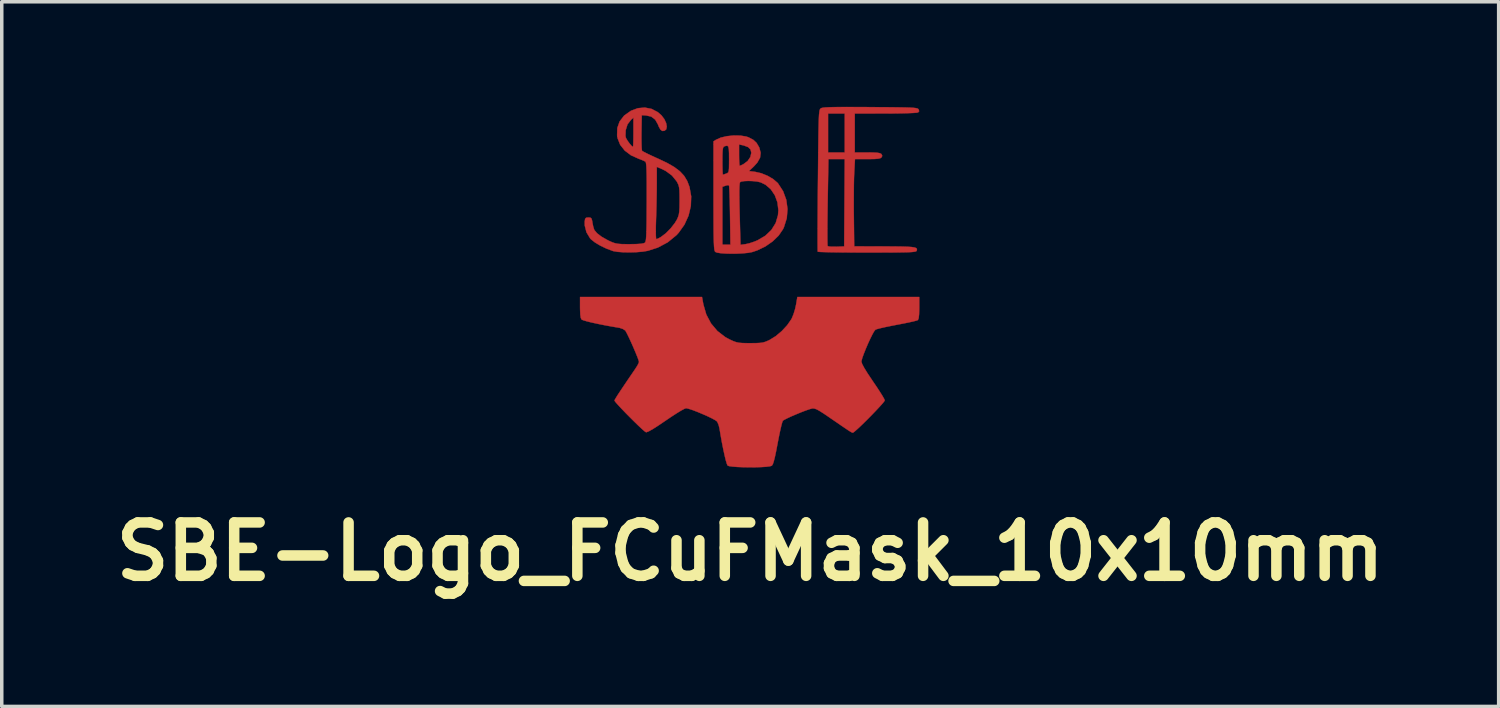
<source format=kicad_pcb>
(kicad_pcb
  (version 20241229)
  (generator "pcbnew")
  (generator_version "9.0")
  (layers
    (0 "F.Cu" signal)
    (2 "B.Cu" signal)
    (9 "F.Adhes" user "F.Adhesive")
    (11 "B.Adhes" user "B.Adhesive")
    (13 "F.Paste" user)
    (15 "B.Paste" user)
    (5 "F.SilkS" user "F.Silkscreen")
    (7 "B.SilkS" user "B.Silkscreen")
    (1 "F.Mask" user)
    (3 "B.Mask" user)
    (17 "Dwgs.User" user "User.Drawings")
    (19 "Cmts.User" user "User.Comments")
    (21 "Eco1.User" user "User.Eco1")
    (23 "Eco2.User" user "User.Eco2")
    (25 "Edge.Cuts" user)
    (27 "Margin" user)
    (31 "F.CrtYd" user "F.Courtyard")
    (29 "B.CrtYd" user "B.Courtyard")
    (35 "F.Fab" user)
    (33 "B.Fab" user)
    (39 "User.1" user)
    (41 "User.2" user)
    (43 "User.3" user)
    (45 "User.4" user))
  (footprint "SBE-Logo_FCuFMask_10x10mm"
    (layer "F.Cu")
    (at 18.368 5.08)
    (property "Reference" "SBE-Logo_FCuFMask_10x10mm" (at 0 7.62 0) (layer "F.SilkS") (effects (font (size 1.524 1.524) (thickness 0.3))))
    (attr smd)
    (fp_poly (pts (xy 3.025 -5.074) (xy 3.349 -5.073) (xy 3.424 -5.072) (xy 3.753 -5.07) (xy 4.024 -5.068) (xy 4.243 -5.065) (xy 4.416 -5.062) (xy 4.548 -5.058) (xy 4.646 -5.053) (xy 4.714 -5.046) (xy 4.759 -5.037) (xy 4.787 -5.027) (xy 4.802 -5.014) (xy 4.807 -5.008) (xy 4.824 -4.955) (xy 4.794 -4.921) (xy 4.75 -4.912) (xy 4.65 -4.905) (xy 4.501 -4.899) (xy 4.312 -4.894) (xy 4.089 -4.891) (xy 3.866 -4.89) (xy 2.985 -4.889) (xy 2.985 -3.778) (xy 3.346 -3.778) (xy 3.513 -3.776) (xy 3.627 -3.77) (xy 3.699 -3.757) (xy 3.739 -3.738) (xy 3.747 -3.731) (xy 3.77 -3.68) (xy 3.747 -3.635) (xy 3.714 -3.613) (xy 3.652 -3.599) (xy 3.551 -3.591) (xy 3.399 -3.588) (xy 3.349 -3.588) (xy 2.991 -3.588) (xy 2.97 -3.199) (xy 2.964 -3.057) (xy 2.96 -2.866) (xy 2.958 -2.639) (xy 2.957 -2.391) (xy 2.957 -2.135) (xy 2.959 -1.953) (xy 2.969 -1.097) (xy 3.833 -1.095) (xy 4.106 -1.094) (xy 4.322 -1.091) (xy 4.487 -1.086) (xy 4.607 -1.078) (xy 4.687 -1.066) (xy 4.736 -1.049) (xy 4.758 -1.026) (xy 4.76 -0.997) (xy 4.752 -0.971) (xy 4.742 -0.958) (xy 4.718 -0.949) (xy 4.674 -0.941) (xy 4.606 -0.934) (xy 4.508 -0.929) (xy 4.374 -0.926) (xy 4.198 -0.923) (xy 3.976 -0.922) (xy 3.703 -0.921) (xy 3.371 -0.921) (xy 3.337 -0.921) (xy 3.045 -0.921) (xy 2.774 -0.923) (xy 2.529 -0.925) (xy 2.317 -0.928) (xy 2.145 -0.932) (xy 2.019 -0.936) (xy 1.945 -0.941) (xy 1.928 -0.945) (xy 1.926 -0.98) (xy 1.925 -1.073) (xy 1.924 -1.219) (xy 1.924 -1.412) (xy 1.924 -1.415) (xy 2.203 -1.415) (xy 2.204 -1.263) (xy 2.206 -1.158) (xy 2.209 -1.109) (xy 2.21 -1.106) (xy 2.248 -1.093) (xy 2.332 -1.086) (xy 2.445 -1.086) (xy 2.455 -1.086) (xy 2.683 -1.095) (xy 2.699 -3.588) (xy 2.466 -3.588) (xy 2.233 -3.588) (xy 2.212 -2.362) (xy 2.208 -2.088) (xy 2.205 -1.835) (xy 2.203 -1.608) (xy 2.203 -1.415) (xy 1.924 -1.415) (xy 1.925 -1.647) (xy 1.926 -1.918) (xy 1.928 -2.22) (xy 1.93 -2.548) (xy 1.933 -2.895) (xy 1.934 -2.979) (xy 1.938 -3.386) (xy 1.941 -3.734) (xy 1.945 -4.029) (xy 1.948 -4.273) (xy 1.952 -4.474) (xy 1.956 -4.634) (xy 1.96 -4.759) (xy 1.965 -4.853) (xy 1.969 -4.889) (xy 2.223 -4.889) (xy 2.223 -3.778) (xy 2.699 -3.778) (xy 2.699 -4.889) (xy 2.223 -4.889) (xy 1.969 -4.889) (xy 1.972 -4.922) (xy 1.979 -4.969) (xy 1.988 -5) (xy 1.998 -5.02) (xy 2.01 -5.032) (xy 2.015 -5.035) (xy 2.039 -5.047) (xy 2.081 -5.056) (xy 2.147 -5.063) (xy 2.242 -5.068) (xy 2.372 -5.072) (xy 2.542 -5.074) (xy 2.758 -5.075) (xy 3.025 -5.074)) (stroke (width 0.01) (type solid)) (fill yes) (layer "F.Cu"))
    (fp_poly (pts (xy -0.281 -4.259) (xy -0.114 -4.232) (xy -0.049 -4.21) (xy 0.087 -4.139) (xy 0.18 -4.053) (xy 0.253 -3.929) (xy 0.26 -3.914) (xy 0.299 -3.767) (xy 0.281 -3.627) (xy 0.202 -3.487) (xy 0.108 -3.383) (xy -0.035 -3.246) (xy 0.141 -3.224) (xy 0.315 -3.184) (xy 0.495 -3.111) (xy 0.657 -3.016) (xy 0.781 -2.91) (xy 0.794 -2.895) (xy 0.939 -2.672) (xy 1.03 -2.424) (xy 1.065 -2.164) (xy 1.044 -1.901) (xy 0.964 -1.646) (xy 0.937 -1.588) (xy 0.814 -1.407) (xy 0.642 -1.24) (xy 0.433 -1.094) (xy 0.201 -0.982) (xy 0.053 -0.933) (xy -0.059 -0.912) (xy -0.204 -0.898) (xy -0.368 -0.889) (xy -0.538 -0.887) (xy -0.699 -0.891) (xy -0.839 -0.901) (xy -0.943 -0.917) (xy -0.998 -0.939) (xy -0.998 -0.939) (xy -1.009 -0.956) (xy -1.019 -0.987) (xy -1.027 -1.035) (xy -1.033 -1.108) (xy -1.038 -1.209) (xy -1.042 -1.345) (xy -1.045 -1.52) (xy -1.046 -1.739) (xy -1.047 -2.009) (xy -1.048 -2.334) (xy -1.048 -2.542) (xy -1.048 -2.796) (xy -0.794 -2.796) (xy -0.794 -1.143) (xy -0.565 -1.143) (xy -0.576 -1.982) (xy -0.58 -2.206) (xy -0.584 -2.41) (xy -0.59 -2.583) (xy -0.594 -2.687) (xy -0.311 -2.687) (xy -0.311 -2.506) (xy -0.307 -2.268) (xy -0.301 -2.018) (xy -0.277 -1.14) (xy -0.131 -1.16) (xy -0.021 -1.185) (xy 0.111 -1.229) (xy 0.211 -1.27) (xy 0.433 -1.401) (xy 0.606 -1.567) (xy 0.728 -1.763) (xy 0.793 -1.984) (xy 0.805 -2.127) (xy 0.778 -2.351) (xy 0.704 -2.554) (xy 0.588 -2.726) (xy 0.436 -2.857) (xy 0.298 -2.924) (xy 0.201 -2.947) (xy 0.078 -2.96) (xy -0.051 -2.965) (xy -0.169 -2.96) (xy -0.256 -2.946) (xy -0.289 -2.93) (xy -0.3 -2.896) (xy -0.307 -2.816) (xy -0.311 -2.687) (xy -0.594 -2.687) (xy -0.596 -2.718) (xy -0.601 -2.807) (xy -0.607 -2.84) (xy -0.647 -2.844) (xy -0.71 -2.827) (xy -0.794 -2.796) (xy -1.048 -2.796) (xy -1.048 -3.537) (xy -0.794 -3.537) (xy -0.793 -3.387) (xy -0.79 -3.264) (xy -0.786 -3.178) (xy -0.78 -3.144) (xy -0.78 -3.143) (xy -0.743 -3.153) (xy -0.685 -3.174) (xy -0.65 -3.189) (xy -0.627 -3.21) (xy -0.613 -3.25) (xy -0.606 -3.318) (xy -0.604 -3.428) (xy -0.603 -3.587) (xy -0.604 -3.701) (xy -0.318 -3.701) (xy -0.316 -3.571) (xy -0.311 -3.469) (xy -0.305 -3.408) (xy -0.3 -3.397) (xy -0.262 -3.41) (xy -0.195 -3.442) (xy -0.192 -3.444) (xy -0.073 -3.533) (xy 0.005 -3.648) (xy 0.032 -3.766) (xy 0.01 -3.862) (xy -0.061 -3.931) (xy -0.186 -3.978) (xy -0.214 -3.984) (xy -0.318 -4.006) (xy -0.318 -3.701) (xy -0.604 -3.701) (xy -0.604 -3.755) (xy -0.61 -3.869) (xy -0.623 -3.937) (xy -0.647 -3.967) (xy -0.686 -3.968) (xy -0.743 -3.95) (xy -0.744 -3.949) (xy -0.765 -3.932) (xy -0.779 -3.892) (xy -0.788 -3.819) (xy -0.793 -3.702) (xy -0.794 -3.537) (xy -1.048 -3.537) (xy -1.048 -4.094) (xy -0.976 -4.14) (xy -0.841 -4.201) (xy -0.665 -4.242) (xy -0.471 -4.262) (xy -0.281 -4.259)) (stroke (width 0.01) (type solid)) (fill yes) (layer "F.Cu"))
    (fp_poly (pts (xy -2.816 -5.021) (xy -2.638 -4.928) (xy -2.534 -4.837) (xy -2.452 -4.729) (xy -2.401 -4.618) (xy -2.382 -4.516) (xy -2.398 -4.437) (xy -2.448 -4.396) (xy -2.51 -4.391) (xy -2.561 -4.428) (xy -2.609 -4.513) (xy -2.634 -4.577) (xy -2.712 -4.715) (xy -2.825 -4.801) (xy -2.969 -4.834) (xy -3.096 -4.842) (xy -3.104 -4.35) (xy -3.105 -4.178) (xy -3.103 -4.028) (xy -3.099 -3.912) (xy -3.092 -3.841) (xy -3.088 -3.825) (xy -3.051 -3.801) (xy -2.968 -3.758) (xy -2.848 -3.7) (xy -2.703 -3.633) (xy -2.637 -3.604) (xy -2.375 -3.48) (xy -2.168 -3.361) (xy -2.008 -3.24) (xy -1.887 -3.11) (xy -1.799 -2.965) (xy -1.735 -2.798) (xy -1.733 -2.792) (xy -1.685 -2.524) (xy -1.695 -2.248) (xy -1.76 -1.975) (xy -1.877 -1.717) (xy -2.043 -1.484) (xy -2.11 -1.412) (xy -2.354 -1.213) (xy -2.637 -1.062) (xy -2.923 -0.97) (xy -3.066 -0.946) (xy -3.243 -0.931) (xy -3.435 -0.925) (xy -3.622 -0.928) (xy -3.786 -0.94) (xy -3.909 -0.961) (xy -3.921 -0.965) (xy -4.104 -1.033) (xy -4.279 -1.117) (xy -4.431 -1.208) (xy -4.544 -1.297) (xy -4.571 -1.326) (xy -4.675 -1.499) (xy -4.724 -1.692) (xy -4.725 -1.804) (xy -4.713 -1.881) (xy -4.684 -1.914) (xy -4.621 -1.921) (xy -4.62 -1.921) (xy -4.561 -1.916) (xy -4.53 -1.889) (xy -4.512 -1.824) (xy -4.504 -1.774) (xy -4.484 -1.67) (xy -4.457 -1.582) (xy -4.448 -1.561) (xy -4.373 -1.471) (xy -4.245 -1.373) (xy -4.072 -1.275) (xy -4.015 -1.247) (xy -3.929 -1.209) (xy -3.852 -1.184) (xy -3.769 -1.169) (xy -3.663 -1.161) (xy -3.516 -1.159) (xy -3.442 -1.159) (xy -3.249 -1.162) (xy -3.115 -1.171) (xy -3.034 -1.187) (xy -3.008 -1.2) (xy -2.995 -1.218) (xy -2.984 -1.251) (xy -2.975 -1.305) (xy -2.969 -1.387) (xy -2.964 -1.503) (xy -2.964 -1.513) (xy -2.695 -1.513) (xy -2.693 -1.391) (xy -2.687 -1.319) (xy -2.68 -1.302) (xy -2.636 -1.317) (xy -2.564 -1.355) (xy -2.546 -1.366) (xy -2.409 -1.47) (xy -2.271 -1.61) (xy -2.152 -1.762) (xy -2.09 -1.865) (xy -2.059 -1.937) (xy -2.037 -2.007) (xy -2.025 -2.093) (xy -2.018 -2.208) (xy -2.016 -2.367) (xy -2.016 -2.413) (xy -2.017 -2.581) (xy -2.021 -2.7) (xy -2.031 -2.785) (xy -2.048 -2.85) (xy -2.076 -2.91) (xy -2.101 -2.955) (xy -2.233 -3.118) (xy -2.417 -3.253) (xy -2.548 -3.317) (xy -2.667 -3.366) (xy -2.667 -2.911) (xy -2.668 -2.716) (xy -2.672 -2.481) (xy -2.677 -2.231) (xy -2.684 -1.989) (xy -2.688 -1.878) (xy -2.694 -1.678) (xy -2.695 -1.513) (xy -2.964 -1.513) (xy -2.96 -1.659) (xy -2.957 -1.861) (xy -2.956 -2.116) (xy -2.954 -2.362) (xy -2.954 -2.672) (xy -2.954 -2.924) (xy -2.956 -3.123) (xy -2.96 -3.275) (xy -2.965 -3.385) (xy -2.973 -3.459) (xy -2.982 -3.5) (xy -2.991 -3.515) (xy -3.044 -3.543) (xy -3.133 -3.579) (xy -3.182 -3.597) (xy -3.405 -3.697) (xy -3.583 -3.832) (xy -3.712 -3.996) (xy -3.787 -4.185) (xy -3.795 -4.232) (xy -3.561 -4.232) (xy -3.541 -4.179) (xy -3.496 -4.104) (xy -3.439 -4.026) (xy -3.385 -3.964) (xy -3.348 -3.937) (xy -3.346 -3.937) (xy -3.342 -3.967) (xy -3.338 -4.048) (xy -3.335 -4.17) (xy -3.334 -4.32) (xy -3.334 -4.355) (xy -3.334 -4.772) (xy -3.401 -4.712) (xy -3.503 -4.58) (xy -3.555 -4.412) (xy -3.561 -4.232) (xy -3.795 -4.232) (xy -3.8 -4.267) (xy -3.794 -4.476) (xy -3.729 -4.661) (xy -3.606 -4.821) (xy -3.587 -4.839) (xy -3.404 -4.968) (xy -3.208 -5.041) (xy -3.009 -5.059) (xy -2.816 -5.021)) (stroke (width 0.01) (type solid)) (fill yes) (layer "F.Cu"))
    (fp_poly (pts (xy -1.337 0.562) (xy -1.254 0.849) (xy -1.119 1.104) (xy -0.936 1.321) (xy -0.71 1.495) (xy -0.582 1.564) (xy -0.483 1.609) (xy -0.402 1.638) (xy -0.32 1.656) (xy -0.218 1.664) (xy -0.08 1.667) (xy 0 1.667) (xy 0.162 1.666) (xy 0.279 1.66) (xy 0.366 1.648) (xy 0.442 1.625) (xy 0.525 1.589) (xy 0.556 1.574) (xy 0.729 1.467) (xy 0.902 1.321) (xy 1.056 1.155) (xy 1.172 0.988) (xy 1.187 0.96) (xy 1.237 0.839) (xy 1.282 0.691) (xy 1.308 0.573) (xy 1.346 0.349) (xy 4.826 0.349) (xy 4.826 0.663) (xy 4.822 0.837) (xy 4.81 0.95) (xy 4.789 1.005) (xy 4.786 1.008) (xy 4.743 1.024) (xy 4.649 1.048) (xy 4.513 1.078) (xy 4.348 1.111) (xy 4.191 1.141) (xy 4.007 1.177) (xy 3.842 1.211) (xy 3.707 1.242) (xy 3.614 1.267) (xy 3.576 1.282) (xy 3.54 1.326) (xy 3.489 1.416) (xy 3.428 1.539) (xy 3.362 1.681) (xy 3.299 1.829) (xy 3.243 1.97) (xy 3.2 2.089) (xy 3.178 2.174) (xy 3.175 2.195) (xy 3.195 2.26) (xy 3.254 2.372) (xy 3.352 2.531) (xy 3.488 2.734) (xy 3.508 2.764) (xy 3.614 2.92) (xy 3.706 3.062) (xy 3.779 3.178) (xy 3.826 3.261) (xy 3.842 3.3) (xy 3.82 3.337) (xy 3.761 3.408) (xy 3.672 3.506) (xy 3.563 3.622) (xy 3.442 3.747) (xy 3.317 3.873) (xy 3.196 3.992) (xy 3.088 4.094) (xy 3.002 4.171) (xy 2.946 4.216) (xy 2.931 4.223) (xy 2.917 4.221) (xy 2.896 4.213) (xy 2.862 4.194) (xy 2.809 4.161) (xy 2.73 4.108) (xy 2.619 4.033) (xy 2.468 3.929) (xy 2.272 3.795) (xy 2.261 3.787) (xy 2.104 3.68) (xy 1.989 3.607) (xy 1.905 3.56) (xy 1.844 3.537) (xy 1.794 3.53) (xy 1.768 3.532) (xy 1.697 3.551) (xy 1.587 3.589) (xy 1.453 3.64) (xy 1.31 3.699) (xy 1.171 3.758) (xy 1.052 3.814) (xy 0.967 3.858) (xy 0.932 3.881) (xy 0.915 3.924) (xy 0.889 4.019) (xy 0.857 4.155) (xy 0.822 4.323) (xy 0.785 4.512) (xy 0.783 4.523) (xy 0.74 4.75) (xy 0.704 4.92) (xy 0.673 5.041) (xy 0.647 5.119) (xy 0.622 5.16) (xy 0.616 5.166) (xy 0.561 5.183) (xy 0.457 5.196) (xy 0.316 5.205) (xy 0.15 5.21) (xy -0.027 5.211) (xy -0.203 5.208) (xy -0.365 5.202) (xy -0.502 5.191) (xy -0.599 5.178) (xy -0.645 5.161) (xy -0.666 5.114) (xy -0.696 5.015) (xy -0.73 4.874) (xy -0.768 4.7) (xy -0.807 4.505) (xy -0.844 4.297) (xy -0.877 4.102) (xy -0.902 4) (xy -0.939 3.917) (xy -0.949 3.901) (xy -0.999 3.865) (xy -1.094 3.813) (xy -1.22 3.752) (xy -1.364 3.689) (xy -1.51 3.628) (xy -1.646 3.576) (xy -1.756 3.54) (xy -1.827 3.524) (xy -1.832 3.524) (xy -1.88 3.542) (xy -1.972 3.591) (xy -2.097 3.667) (xy -2.247 3.764) (xy -2.412 3.876) (xy -2.622 4.018) (xy -2.783 4.121) (xy -2.896 4.184) (xy -2.963 4.21) (xy -2.976 4.209) (xy -3.016 4.182) (xy -3.089 4.118) (xy -3.188 4.026) (xy -3.303 3.914) (xy -3.426 3.792) (xy -3.55 3.667) (xy -3.664 3.548) (xy -3.761 3.444) (xy -3.833 3.364) (xy -3.87 3.315) (xy -3.874 3.306) (xy -3.866 3.284) (xy -3.841 3.24) (xy -3.797 3.168) (xy -3.729 3.064) (xy -3.636 2.924) (xy -3.513 2.742) (xy -3.358 2.515) (xy -3.281 2.401) (xy -3.223 2.311) (xy -3.185 2.236) (xy -3.175 2.203) (xy -3.188 2.152) (xy -3.222 2.058) (xy -3.273 1.933) (xy -3.333 1.792) (xy -3.397 1.647) (xy -3.46 1.511) (xy -3.514 1.4) (xy -3.555 1.325) (xy -3.57 1.304) (xy -3.634 1.262) (xy -3.729 1.23) (xy -3.756 1.225) (xy -3.957 1.191) (xy -4.159 1.154) (xy -4.351 1.115) (xy -4.523 1.078) (xy -4.664 1.043) (xy -4.764 1.014) (xy -4.813 0.993) (xy -4.814 0.992) (xy -4.837 0.944) (xy -4.851 0.85) (xy -4.857 0.703) (xy -4.858 0.649) (xy -4.858 0.349) (xy -1.376 0.349) (xy -1.337 0.562)) (stroke (width 0.01) (type solid)) (fill yes) (layer "F.Cu"))
    (fp_poly (pts (xy 3.025 -5.074) (xy 3.349 -5.073) (xy 3.424 -5.072) (xy 3.753 -5.07) (xy 4.024 -5.068) (xy 4.243 -5.065) (xy 4.416 -5.062) (xy 4.548 -5.058) (xy 4.646 -5.053) (xy 4.714 -5.046) (xy 4.759 -5.037) (xy 4.787 -5.027) (xy 4.802 -5.014) (xy 4.807 -5.008) (xy 4.824 -4.955) (xy 4.794 -4.921) (xy 4.75 -4.912) (xy 4.65 -4.905) (xy 4.501 -4.899) (xy 4.312 -4.894) (xy 4.089 -4.891) (xy 3.866 -4.89) (xy 2.985 -4.889) (xy 2.985 -3.778) (xy 3.346 -3.778) (xy 3.513 -3.776) (xy 3.627 -3.77) (xy 3.699 -3.757) (xy 3.739 -3.738) (xy 3.747 -3.731) (xy 3.77 -3.68) (xy 3.747 -3.635) (xy 3.714 -3.613) (xy 3.652 -3.599) (xy 3.551 -3.591) (xy 3.399 -3.588) (xy 3.349 -3.588) (xy 2.991 -3.588) (xy 2.97 -3.199) (xy 2.964 -3.057) (xy 2.96 -2.866) (xy 2.958 -2.639) (xy 2.957 -2.391) (xy 2.957 -2.135) (xy 2.959 -1.953) (xy 2.969 -1.097) (xy 3.833 -1.095) (xy 4.106 -1.094) (xy 4.322 -1.091) (xy 4.487 -1.086) (xy 4.607 -1.078) (xy 4.687 -1.066) (xy 4.736 -1.049) (xy 4.758 -1.026) (xy 4.76 -0.997) (xy 4.752 -0.971) (xy 4.742 -0.958) (xy 4.718 -0.949) (xy 4.674 -0.941) (xy 4.606 -0.934) (xy 4.508 -0.929) (xy 4.374 -0.926) (xy 4.198 -0.923) (xy 3.976 -0.922) (xy 3.703 -0.921) (xy 3.371 -0.921) (xy 3.337 -0.921) (xy 3.045 -0.921) (xy 2.774 -0.923) (xy 2.529 -0.925) (xy 2.317 -0.928) (xy 2.145 -0.932) (xy 2.019 -0.936) (xy 1.945 -0.941) (xy 1.928 -0.945) (xy 1.926 -0.98) (xy 1.925 -1.073) (xy 1.924 -1.219) (xy 1.924 -1.412) (xy 1.924 -1.415) (xy 2.203 -1.415) (xy 2.204 -1.263) (xy 2.206 -1.158) (xy 2.209 -1.109) (xy 2.21 -1.106) (xy 2.248 -1.093) (xy 2.332 -1.086) (xy 2.445 -1.086) (xy 2.455 -1.086) (xy 2.683 -1.095) (xy 2.699 -3.588) (xy 2.466 -3.588) (xy 2.233 -3.588) (xy 2.212 -2.362) (xy 2.208 -2.088) (xy 2.205 -1.835) (xy 2.203 -1.608) (xy 2.203 -1.415) (xy 1.924 -1.415) (xy 1.925 -1.647) (xy 1.926 -1.918) (xy 1.928 -2.22) (xy 1.93 -2.548) (xy 1.933 -2.895) (xy 1.934 -2.979) (xy 1.938 -3.386) (xy 1.941 -3.734) (xy 1.945 -4.029) (xy 1.948 -4.273) (xy 1.952 -4.474) (xy 1.956 -4.634) (xy 1.96 -4.759) (xy 1.965 -4.853) (xy 1.969 -4.889) (xy 2.223 -4.889) (xy 2.223 -3.778) (xy 2.699 -3.778) (xy 2.699 -4.889) (xy 2.223 -4.889) (xy 1.969 -4.889) (xy 1.972 -4.922) (xy 1.979 -4.969) (xy 1.988 -5) (xy 1.998 -5.02) (xy 2.01 -5.032) (xy 2.015 -5.035) (xy 2.039 -5.047) (xy 2.081 -5.056) (xy 2.147 -5.063) (xy 2.242 -5.068) (xy 2.372 -5.072) (xy 2.542 -5.074) (xy 2.758 -5.075) (xy 3.025 -5.074)) (stroke (width 0.01) (type solid)) (fill yes) (layer "F.Mask"))
    (fp_poly (pts (xy -0.281 -4.259) (xy -0.114 -4.232) (xy -0.049 -4.21) (xy 0.087 -4.139) (xy 0.18 -4.053) (xy 0.253 -3.929) (xy 0.26 -3.914) (xy 0.299 -3.767) (xy 0.281 -3.627) (xy 0.202 -3.487) (xy 0.108 -3.383) (xy -0.035 -3.246) (xy 0.141 -3.224) (xy 0.315 -3.184) (xy 0.495 -3.111) (xy 0.657 -3.016) (xy 0.781 -2.91) (xy 0.794 -2.895) (xy 0.939 -2.672) (xy 1.03 -2.424) (xy 1.065 -2.164) (xy 1.044 -1.901) (xy 0.964 -1.646) (xy 0.937 -1.588) (xy 0.814 -1.407) (xy 0.642 -1.24) (xy 0.433 -1.094) (xy 0.201 -0.982) (xy 0.053 -0.933) (xy -0.059 -0.912) (xy -0.204 -0.898) (xy -0.368 -0.889) (xy -0.538 -0.887) (xy -0.699 -0.891) (xy -0.839 -0.901) (xy -0.943 -0.917) (xy -0.998 -0.939) (xy -0.998 -0.939) (xy -1.009 -0.956) (xy -1.019 -0.987) (xy -1.027 -1.035) (xy -1.033 -1.108) (xy -1.038 -1.209) (xy -1.042 -1.345) (xy -1.045 -1.52) (xy -1.046 -1.739) (xy -1.047 -2.009) (xy -1.048 -2.334) (xy -1.048 -2.542) (xy -1.048 -2.796) (xy -0.794 -2.796) (xy -0.794 -1.143) (xy -0.565 -1.143) (xy -0.576 -1.982) (xy -0.58 -2.206) (xy -0.584 -2.41) (xy -0.59 -2.583) (xy -0.594 -2.687) (xy -0.311 -2.687) (xy -0.311 -2.506) (xy -0.307 -2.268) (xy -0.301 -2.018) (xy -0.277 -1.14) (xy -0.131 -1.16) (xy -0.021 -1.185) (xy 0.111 -1.229) (xy 0.211 -1.27) (xy 0.433 -1.401) (xy 0.606 -1.567) (xy 0.728 -1.763) (xy 0.793 -1.984) (xy 0.805 -2.127) (xy 0.778 -2.351) (xy 0.704 -2.554) (xy 0.588 -2.726) (xy 0.436 -2.857) (xy 0.298 -2.924) (xy 0.201 -2.947) (xy 0.078 -2.96) (xy -0.051 -2.965) (xy -0.169 -2.96) (xy -0.256 -2.946) (xy -0.289 -2.93) (xy -0.3 -2.896) (xy -0.307 -2.816) (xy -0.311 -2.687) (xy -0.594 -2.687) (xy -0.596 -2.718) (xy -0.601 -2.807) (xy -0.607 -2.84) (xy -0.647 -2.844) (xy -0.71 -2.827) (xy -0.794 -2.796) (xy -1.048 -2.796) (xy -1.048 -3.537) (xy -0.794 -3.537) (xy -0.793 -3.387) (xy -0.79 -3.264) (xy -0.786 -3.178) (xy -0.78 -3.144) (xy -0.78 -3.143) (xy -0.743 -3.153) (xy -0.685 -3.174) (xy -0.65 -3.189) (xy -0.627 -3.21) (xy -0.613 -3.25) (xy -0.606 -3.318) (xy -0.604 -3.428) (xy -0.603 -3.587) (xy -0.604 -3.701) (xy -0.318 -3.701) (xy -0.316 -3.571) (xy -0.311 -3.469) (xy -0.305 -3.408) (xy -0.3 -3.397) (xy -0.262 -3.41) (xy -0.195 -3.442) (xy -0.192 -3.444) (xy -0.073 -3.533) (xy 0.005 -3.648) (xy 0.032 -3.766) (xy 0.01 -3.862) (xy -0.061 -3.931) (xy -0.186 -3.978) (xy -0.214 -3.984) (xy -0.318 -4.006) (xy -0.318 -3.701) (xy -0.604 -3.701) (xy -0.604 -3.755) (xy -0.61 -3.869) (xy -0.623 -3.937) (xy -0.647 -3.967) (xy -0.686 -3.968) (xy -0.743 -3.95) (xy -0.744 -3.949) (xy -0.765 -3.932) (xy -0.779 -3.892) (xy -0.788 -3.819) (xy -0.793 -3.702) (xy -0.794 -3.537) (xy -1.048 -3.537) (xy -1.048 -4.094) (xy -0.976 -4.14) (xy -0.841 -4.201) (xy -0.665 -4.242) (xy -0.471 -4.262) (xy -0.281 -4.259)) (stroke (width 0.01) (type solid)) (fill yes) (layer "F.Mask"))
    (fp_poly (pts (xy -2.816 -5.021) (xy -2.638 -4.928) (xy -2.534 -4.837) (xy -2.452 -4.729) (xy -2.401 -4.618) (xy -2.382 -4.516) (xy -2.398 -4.437) (xy -2.448 -4.396) (xy -2.51 -4.391) (xy -2.561 -4.428) (xy -2.609 -4.513) (xy -2.634 -4.577) (xy -2.712 -4.715) (xy -2.825 -4.801) (xy -2.969 -4.834) (xy -3.096 -4.842) (xy -3.104 -4.35) (xy -3.105 -4.178) (xy -3.103 -4.028) (xy -3.099 -3.912) (xy -3.092 -3.841) (xy -3.088 -3.825) (xy -3.051 -3.801) (xy -2.968 -3.758) (xy -2.848 -3.7) (xy -2.703 -3.633) (xy -2.637 -3.604) (xy -2.375 -3.48) (xy -2.168 -3.361) (xy -2.008 -3.24) (xy -1.887 -3.11) (xy -1.799 -2.965) (xy -1.735 -2.798) (xy -1.733 -2.792) (xy -1.685 -2.524) (xy -1.695 -2.248) (xy -1.76 -1.975) (xy -1.877 -1.717) (xy -2.043 -1.484) (xy -2.11 -1.412) (xy -2.354 -1.213) (xy -2.637 -1.062) (xy -2.923 -0.97) (xy -3.066 -0.946) (xy -3.243 -0.931) (xy -3.435 -0.925) (xy -3.622 -0.928) (xy -3.786 -0.94) (xy -3.909 -0.961) (xy -3.921 -0.965) (xy -4.104 -1.033) (xy -4.279 -1.117) (xy -4.431 -1.208) (xy -4.544 -1.297) (xy -4.571 -1.326) (xy -4.675 -1.499) (xy -4.724 -1.692) (xy -4.725 -1.804) (xy -4.713 -1.881) (xy -4.684 -1.914) (xy -4.621 -1.921) (xy -4.62 -1.921) (xy -4.561 -1.916) (xy -4.53 -1.889) (xy -4.512 -1.824) (xy -4.504 -1.774) (xy -4.484 -1.67) (xy -4.457 -1.582) (xy -4.448 -1.561) (xy -4.373 -1.471) (xy -4.245 -1.373) (xy -4.072 -1.275) (xy -4.015 -1.247) (xy -3.929 -1.209) (xy -3.852 -1.184) (xy -3.769 -1.169) (xy -3.663 -1.161) (xy -3.516 -1.159) (xy -3.442 -1.159) (xy -3.249 -1.162) (xy -3.115 -1.171) (xy -3.034 -1.187) (xy -3.008 -1.2) (xy -2.995 -1.218) (xy -2.984 -1.251) (xy -2.975 -1.305) (xy -2.969 -1.387) (xy -2.964 -1.503) (xy -2.964 -1.513) (xy -2.695 -1.513) (xy -2.693 -1.391) (xy -2.687 -1.319) (xy -2.68 -1.302) (xy -2.636 -1.317) (xy -2.564 -1.355) (xy -2.546 -1.366) (xy -2.409 -1.47) (xy -2.271 -1.61) (xy -2.152 -1.762) (xy -2.09 -1.865) (xy -2.059 -1.937) (xy -2.037 -2.007) (xy -2.025 -2.093) (xy -2.018 -2.208) (xy -2.016 -2.367) (xy -2.016 -2.413) (xy -2.017 -2.581) (xy -2.021 -2.7) (xy -2.031 -2.785) (xy -2.048 -2.85) (xy -2.076 -2.91) (xy -2.101 -2.955) (xy -2.233 -3.118) (xy -2.417 -3.253) (xy -2.548 -3.317) (xy -2.667 -3.366) (xy -2.667 -2.911) (xy -2.668 -2.716) (xy -2.672 -2.481) (xy -2.677 -2.231) (xy -2.684 -1.989) (xy -2.688 -1.878) (xy -2.694 -1.678) (xy -2.695 -1.513) (xy -2.964 -1.513) (xy -2.96 -1.659) (xy -2.957 -1.861) (xy -2.956 -2.116) (xy -2.954 -2.362) (xy -2.954 -2.672) (xy -2.954 -2.924) (xy -2.956 -3.123) (xy -2.96 -3.275) (xy -2.965 -3.385) (xy -2.973 -3.459) (xy -2.982 -3.5) (xy -2.991 -3.515) (xy -3.044 -3.543) (xy -3.133 -3.579) (xy -3.182 -3.597) (xy -3.405 -3.697) (xy -3.583 -3.832) (xy -3.712 -3.996) (xy -3.787 -4.185) (xy -3.795 -4.232) (xy -3.561 -4.232) (xy -3.541 -4.179) (xy -3.496 -4.104) (xy -3.439 -4.026) (xy -3.385 -3.964) (xy -3.348 -3.937) (xy -3.346 -3.937) (xy -3.342 -3.967) (xy -3.338 -4.048) (xy -3.335 -4.17) (xy -3.334 -4.32) (xy -3.334 -4.355) (xy -3.334 -4.772) (xy -3.401 -4.712) (xy -3.503 -4.58) (xy -3.555 -4.412) (xy -3.561 -4.232) (xy -3.795 -4.232) (xy -3.8 -4.267) (xy -3.794 -4.476) (xy -3.729 -4.661) (xy -3.606 -4.821) (xy -3.587 -4.839) (xy -3.404 -4.968) (xy -3.208 -5.041) (xy -3.009 -5.059) (xy -2.816 -5.021)) (stroke (width 0.01) (type solid)) (fill yes) (layer "F.Mask"))
    (fp_poly (pts (xy -1.337 0.562) (xy -1.254 0.849) (xy -1.119 1.104) (xy -0.936 1.321) (xy -0.71 1.495) (xy -0.582 1.564) (xy -0.483 1.609) (xy -0.402 1.638) (xy -0.32 1.656) (xy -0.218 1.664) (xy -0.08 1.667) (xy 0 1.667) (xy 0.162 1.666) (xy 0.279 1.66) (xy 0.366 1.648) (xy 0.442 1.625) (xy 0.525 1.589) (xy 0.556 1.574) (xy 0.729 1.467) (xy 0.902 1.321) (xy 1.056 1.155) (xy 1.172 0.988) (xy 1.187 0.96) (xy 1.237 0.839) (xy 1.282 0.691) (xy 1.308 0.573) (xy 1.346 0.349) (xy 4.826 0.349) (xy 4.826 0.663) (xy 4.822 0.837) (xy 4.81 0.95) (xy 4.789 1.005) (xy 4.786 1.008) (xy 4.743 1.024) (xy 4.649 1.048) (xy 4.513 1.078) (xy 4.348 1.111) (xy 4.191 1.141) (xy 4.007 1.177) (xy 3.842 1.211) (xy 3.707 1.242) (xy 3.614 1.267) (xy 3.576 1.282) (xy 3.54 1.326) (xy 3.489 1.416) (xy 3.428 1.539) (xy 3.362 1.681) (xy 3.299 1.829) (xy 3.243 1.97) (xy 3.2 2.089) (xy 3.178 2.174) (xy 3.175 2.195) (xy 3.195 2.26) (xy 3.254 2.372) (xy 3.352 2.531) (xy 3.488 2.734) (xy 3.508 2.764) (xy 3.614 2.92) (xy 3.706 3.062) (xy 3.779 3.178) (xy 3.826 3.261) (xy 3.842 3.3) (xy 3.82 3.337) (xy 3.761 3.408) (xy 3.672 3.506) (xy 3.563 3.622) (xy 3.442 3.747) (xy 3.317 3.873) (xy 3.196 3.992) (xy 3.088 4.094) (xy 3.002 4.171) (xy 2.946 4.216) (xy 2.931 4.223) (xy 2.917 4.221) (xy 2.896 4.213) (xy 2.862 4.194) (xy 2.809 4.161) (xy 2.73 4.108) (xy 2.619 4.033) (xy 2.468 3.929) (xy 2.272 3.795) (xy 2.261 3.787) (xy 2.104 3.68) (xy 1.989 3.607) (xy 1.905 3.56) (xy 1.844 3.537) (xy 1.794 3.53) (xy 1.768 3.532) (xy 1.697 3.551) (xy 1.587 3.589) (xy 1.453 3.64) (xy 1.31 3.699) (xy 1.171 3.758) (xy 1.052 3.814) (xy 0.967 3.858) (xy 0.932 3.881) (xy 0.915 3.924) (xy 0.889 4.019) (xy 0.857 4.155) (xy 0.822 4.323) (xy 0.785 4.512) (xy 0.783 4.523) (xy 0.74 4.75) (xy 0.704 4.92) (xy 0.673 5.041) (xy 0.647 5.119) (xy 0.622 5.16) (xy 0.616 5.166) (xy 0.561 5.183) (xy 0.457 5.196) (xy 0.316 5.205) (xy 0.15 5.21) (xy -0.027 5.211) (xy -0.203 5.208) (xy -0.365 5.202) (xy -0.502 5.191) (xy -0.599 5.178) (xy -0.645 5.161) (xy -0.666 5.114) (xy -0.696 5.015) (xy -0.73 4.874) (xy -0.768 4.7) (xy -0.807 4.505) (xy -0.844 4.297) (xy -0.877 4.102) (xy -0.902 4) (xy -0.939 3.917) (xy -0.949 3.901) (xy -0.999 3.865) (xy -1.094 3.813) (xy -1.22 3.752) (xy -1.364 3.689) (xy -1.51 3.628) (xy -1.646 3.576) (xy -1.756 3.54) (xy -1.827 3.524) (xy -1.832 3.524) (xy -1.88 3.542) (xy -1.972 3.591) (xy -2.097 3.667) (xy -2.247 3.764) (xy -2.412 3.876) (xy -2.622 4.018) (xy -2.783 4.121) (xy -2.896 4.184) (xy -2.963 4.21) (xy -2.976 4.209) (xy -3.016 4.182) (xy -3.089 4.118) (xy -3.188 4.026) (xy -3.303 3.914) (xy -3.426 3.792) (xy -3.55 3.667) (xy -3.664 3.548) (xy -3.761 3.444) (xy -3.833 3.364) (xy -3.87 3.315) (xy -3.874 3.306) (xy -3.866 3.284) (xy -3.841 3.24) (xy -3.797 3.168) (xy -3.729 3.064) (xy -3.636 2.924) (xy -3.513 2.742) (xy -3.358 2.515) (xy -3.281 2.401) (xy -3.223 2.311) (xy -3.185 2.236) (xy -3.175 2.203) (xy -3.188 2.152) (xy -3.222 2.058) (xy -3.273 1.933) (xy -3.333 1.792) (xy -3.397 1.647) (xy -3.46 1.511) (xy -3.514 1.4) (xy -3.555 1.325) (xy -3.57 1.304) (xy -3.634 1.262) (xy -3.729 1.23) (xy -3.756 1.225) (xy -3.957 1.191) (xy -4.159 1.154) (xy -4.351 1.115) (xy -4.523 1.078) (xy -4.664 1.043) (xy -4.764 1.014) (xy -4.813 0.993) (xy -4.814 0.992) (xy -4.837 0.944) (xy -4.851 0.85) (xy -4.857 0.703) (xy -4.858 0.649) (xy -4.858 0.349) (xy -1.376 0.349) (xy -1.337 0.562)) (stroke (width 0.01) (type solid)) (fill yes) (layer "F.Mask")))
  (gr_rect
    (start -3 -3)
    (end 39.736 17.118)
    (stroke (width 0.1) (type default))
    (fill no)
    (layer "Edge.Cuts")))
</source>
